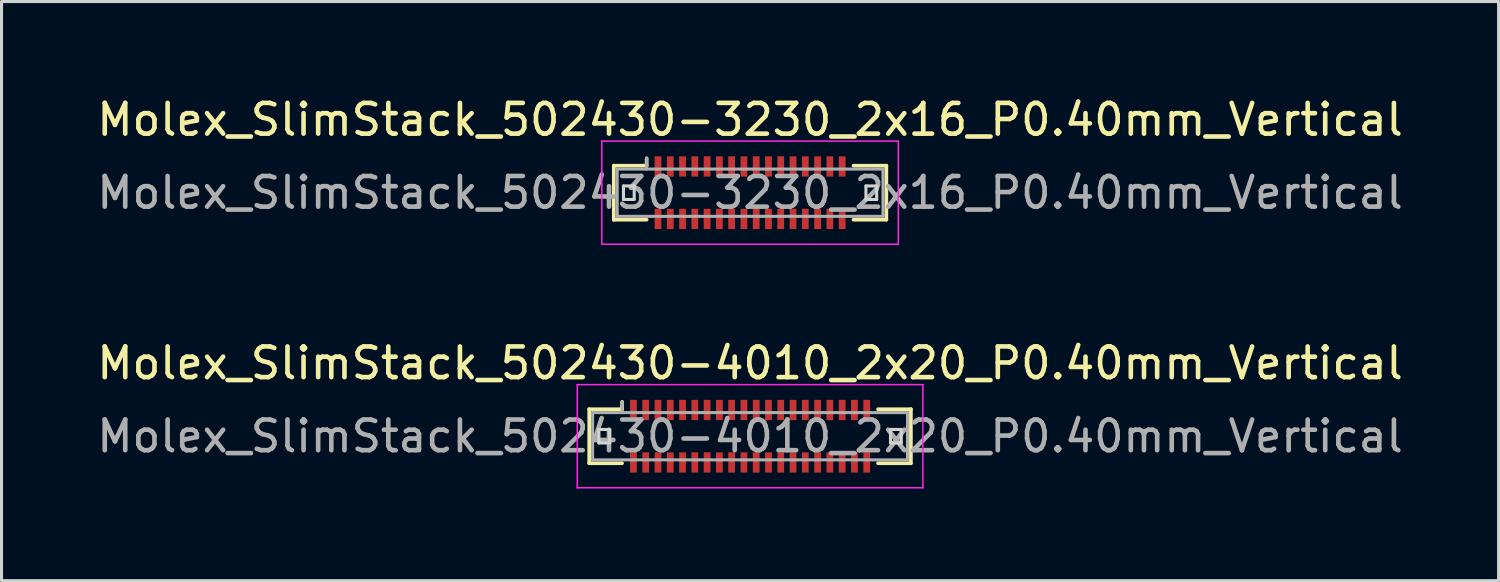
<source format=kicad_pcb>
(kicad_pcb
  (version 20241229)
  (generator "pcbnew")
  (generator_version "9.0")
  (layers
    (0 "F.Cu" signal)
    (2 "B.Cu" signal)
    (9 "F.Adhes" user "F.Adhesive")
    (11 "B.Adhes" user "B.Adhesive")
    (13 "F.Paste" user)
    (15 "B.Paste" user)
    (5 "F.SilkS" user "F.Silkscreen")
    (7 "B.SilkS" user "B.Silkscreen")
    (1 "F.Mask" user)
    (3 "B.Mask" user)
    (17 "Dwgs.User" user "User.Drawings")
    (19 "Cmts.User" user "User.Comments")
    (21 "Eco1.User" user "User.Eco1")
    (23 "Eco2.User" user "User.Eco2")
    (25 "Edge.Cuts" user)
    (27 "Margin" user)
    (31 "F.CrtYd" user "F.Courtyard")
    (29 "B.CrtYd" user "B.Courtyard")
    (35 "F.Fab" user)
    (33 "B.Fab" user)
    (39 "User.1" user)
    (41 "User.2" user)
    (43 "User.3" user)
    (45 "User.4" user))
  (footprint "Molex_SlimStack_502430-4010_2x20_P0.40mm_Vertical"
    (layer "F.Cu")
    (at 21.387 11.162)
    (property "Reference" "Molex_SlimStack_502430-4010_2x20_P0.40mm_Vertical" (at 0 -2.38 0) (layer "F.SilkS") (effects (font (size 1 1) (thickness 0.15))))
    (attr smd)
    (fp_line (start -5.24 -0.88) (end -4.17 -0.88) (stroke (width 0.12) (type solid)) (layer "F.SilkS"))
    (fp_line (start -5.24 0.88) (end -5.24 -0.88) (stroke (width 0.12) (type solid)) (layer "F.SilkS"))
    (fp_line (start -4.17 -0.88) (end -4.17 -1.12) (stroke (width 0.12) (type solid)) (layer "F.SilkS"))
    (fp_line (start -4.17 0.88) (end -5.24 0.88) (stroke (width 0.12) (type solid)) (layer "F.SilkS"))
    (fp_line (start 4.17 0.88) (end 5.24 0.88) (stroke (width 0.12) (type solid)) (layer "F.SilkS"))
    (fp_line (start 5.24 -0.88) (end 4.17 -0.88) (stroke (width 0.12) (type solid)) (layer "F.SilkS"))
    (fp_line (start 5.24 0.88) (end 5.24 -0.88) (stroke (width 0.12) (type solid)) (layer "F.SilkS"))
    (fp_line (start -4.925 -0.22) (end -4.925 0.22) (stroke (width 0.1) (type solid)) (layer "Edge.Cuts"))
    (fp_line (start -4.925 0.22) (end -4.575 0.22) (stroke (width 0.1) (type solid)) (layer "Edge.Cuts"))
    (fp_line (start -4.575 -0.22) (end -4.925 -0.22) (stroke (width 0.1) (type solid)) (layer "Edge.Cuts"))
    (fp_line (start -4.575 0.22) (end -4.575 -0.22) (stroke (width 0.1) (type solid)) (layer "Edge.Cuts"))
    (fp_line (start 4.575 -0.22) (end 4.575 0.22) (stroke (width 0.1) (type solid)) (layer "Edge.Cuts"))
    (fp_line (start 4.575 0.22) (end 4.925 0.22) (stroke (width 0.1) (type solid)) (layer "Edge.Cuts"))
    (fp_line (start 4.925 -0.22) (end 4.575 -0.22) (stroke (width 0.1) (type solid)) (layer "Edge.Cuts"))
    (fp_line (start 4.925 0.22) (end 4.925 -0.22) (stroke (width 0.1) (type solid)) (layer "Edge.Cuts"))
    (fp_line (start -5.63 -1.68) (end -5.63 1.68) (stroke (width 0.05) (type solid)) (layer "F.CrtYd"))
    (fp_line (start -5.63 1.68) (end 5.63 1.68) (stroke (width 0.05) (type solid)) (layer "F.CrtYd"))
    (fp_line (start 5.63 -1.68) (end -5.63 -1.68) (stroke (width 0.05) (type solid)) (layer "F.CrtYd"))
    (fp_line (start 5.63 1.68) (end 5.63 -1.68) (stroke (width 0.05) (type solid)) (layer "F.CrtYd"))
    (fp_line (start -5.13 -0.77) (end -5.13 0.77) (stroke (width 0.1) (type solid)) (layer "F.Fab"))
    (fp_line (start -5.13 0.77) (end 5.13 0.77) (stroke (width 0.1) (type solid)) (layer "F.Fab"))
    (fp_line (start -4.17 -0.77) (end -4.17 -1.12) (stroke (width 0.1) (type solid)) (layer "F.Fab"))
    (fp_line (start 5.13 -0.77) (end -5.13 -0.77) (stroke (width 0.1) (type solid)) (layer "F.Fab"))
    (fp_line (start 5.13 0.77) (end 5.13 -0.77) (stroke (width 0.1) (type solid)) (layer "F.Fab"))
    (fp_text user "${REFERENCE}" (at 0 0 0) (layer "F.Fab") (effects (font (size 1 1) (thickness 0.15))))
    (pad "1" smd rect (at -3.8 -0.855) (size 0.22 0.66) (layers "F.Cu" "F.Mask" "F.Paste"))
    (pad "2" smd rect (at -3.8 0.855) (size 0.22 0.66) (layers "F.Cu" "F.Mask" "F.Paste"))
    (pad "3" smd rect (at -3.4 -0.855) (size 0.22 0.66) (layers "F.Cu" "F.Mask" "F.Paste"))
    (pad "4" smd rect (at -3.4 0.855) (size 0.22 0.66) (layers "F.Cu" "F.Mask" "F.Paste"))
    (pad "5" smd rect (at -3 -0.855) (size 0.22 0.66) (layers "F.Cu" "F.Mask" "F.Paste"))
    (pad "6" smd rect (at -3 0.855) (size 0.22 0.66) (layers "F.Cu" "F.Mask" "F.Paste"))
    (pad "7" smd rect (at -2.6 -0.855) (size 0.22 0.66) (layers "F.Cu" "F.Mask" "F.Paste"))
    (pad "8" smd rect (at -2.6 0.855) (size 0.22 0.66) (layers "F.Cu" "F.Mask" "F.Paste"))
    (pad "9" smd rect (at -2.2 -0.855) (size 0.22 0.66) (layers "F.Cu" "F.Mask" "F.Paste"))
    (pad "10" smd rect (at -2.2 0.855) (size 0.22 0.66) (layers "F.Cu" "F.Mask" "F.Paste"))
    (pad "11" smd rect (at -1.8 -0.855) (size 0.22 0.66) (layers "F.Cu" "F.Mask" "F.Paste"))
    (pad "12" smd rect (at -1.8 0.855) (size 0.22 0.66) (layers "F.Cu" "F.Mask" "F.Paste"))
    (pad "13" smd rect (at -1.4 -0.855) (size 0.22 0.66) (layers "F.Cu" "F.Mask" "F.Paste"))
    (pad "14" smd rect (at -1.4 0.855) (size 0.22 0.66) (layers "F.Cu" "F.Mask" "F.Paste"))
    (pad "15" smd rect (at -1 -0.855) (size 0.22 0.66) (layers "F.Cu" "F.Mask" "F.Paste"))
    (pad "16" smd rect (at -1 0.855) (size 0.22 0.66) (layers "F.Cu" "F.Mask" "F.Paste"))
    (pad "17" smd rect (at -0.6 -0.855) (size 0.22 0.66) (layers "F.Cu" "F.Mask" "F.Paste"))
    (pad "18" smd rect (at -0.6 0.855) (size 0.22 0.66) (layers "F.Cu" "F.Mask" "F.Paste"))
    (pad "19" smd rect (at -0.2 -0.855) (size 0.22 0.66) (layers "F.Cu" "F.Mask" "F.Paste"))
    (pad "20" smd rect (at -0.2 0.855) (size 0.22 0.66) (layers "F.Cu" "F.Mask" "F.Paste"))
    (pad "21" smd rect (at 0.2 -0.855) (size 0.22 0.66) (layers "F.Cu" "F.Mask" "F.Paste"))
    (pad "22" smd rect (at 0.2 0.855) (size 0.22 0.66) (layers "F.Cu" "F.Mask" "F.Paste"))
    (pad "23" smd rect (at 0.6 -0.855) (size 0.22 0.66) (layers "F.Cu" "F.Mask" "F.Paste"))
    (pad "24" smd rect (at 0.6 0.855) (size 0.22 0.66) (layers "F.Cu" "F.Mask" "F.Paste"))
    (pad "25" smd rect (at 1 -0.855) (size 0.22 0.66) (layers "F.Cu" "F.Mask" "F.Paste"))
    (pad "26" smd rect (at 1 0.855) (size 0.22 0.66) (layers "F.Cu" "F.Mask" "F.Paste"))
    (pad "27" smd rect (at 1.4 -0.855) (size 0.22 0.66) (layers "F.Cu" "F.Mask" "F.Paste"))
    (pad "28" smd rect (at 1.4 0.855) (size 0.22 0.66) (layers "F.Cu" "F.Mask" "F.Paste"))
    (pad "29" smd rect (at 1.8 -0.855) (size 0.22 0.66) (layers "F.Cu" "F.Mask" "F.Paste"))
    (pad "30" smd rect (at 1.8 0.855) (size 0.22 0.66) (layers "F.Cu" "F.Mask" "F.Paste"))
    (pad "31" smd rect (at 2.2 -0.855) (size 0.22 0.66) (layers "F.Cu" "F.Mask" "F.Paste"))
    (pad "32" smd rect (at 2.2 0.855) (size 0.22 0.66) (layers "F.Cu" "F.Mask" "F.Paste"))
    (pad "33" smd rect (at 2.6 -0.855) (size 0.22 0.66) (layers "F.Cu" "F.Mask" "F.Paste"))
    (pad "34" smd rect (at 2.6 0.855) (size 0.22 0.66) (layers "F.Cu" "F.Mask" "F.Paste"))
    (pad "35" smd rect (at 3 -0.855) (size 0.22 0.66) (layers "F.Cu" "F.Mask" "F.Paste"))
    (pad "36" smd rect (at 3 0.855) (size 0.22 0.66) (layers "F.Cu" "F.Mask" "F.Paste"))
    (pad "37" smd rect (at 3.4 -0.855) (size 0.22 0.66) (layers "F.Cu" "F.Mask" "F.Paste"))
    (pad "38" smd rect (at 3.4 0.855) (size 0.22 0.66) (layers "F.Cu" "F.Mask" "F.Paste"))
    (pad "39" smd rect (at 3.8 -0.855) (size 0.22 0.66) (layers "F.Cu" "F.Mask" "F.Paste"))
    (pad "40" smd rect (at 3.8 0.855) (size 0.22 0.66) (layers "F.Cu" "F.Mask" "F.Paste")))
  (footprint "Molex_SlimStack_502430-3230_2x16_P0.40mm_Vertical"
    (layer "F.Cu")
    (at 21.387 3.228)
    (property "Reference" "Molex_SlimStack_502430-3230_2x16_P0.40mm_Vertical" (at 0 -2.38 0) (layer "F.SilkS") (effects (font (size 1 1) (thickness 0.15))))
    (attr smd)
    (fp_line (start -4.44 -0.88) (end -3.37 -0.88) (stroke (width 0.12) (type solid)) (layer "F.SilkS"))
    (fp_line (start -4.44 0.88) (end -4.44 -0.88) (stroke (width 0.12) (type solid)) (layer "F.SilkS"))
    (fp_line (start -3.37 -0.88) (end -3.37 -1.12) (stroke (width 0.12) (type solid)) (layer "F.SilkS"))
    (fp_line (start -3.37 0.88) (end -4.44 0.88) (stroke (width 0.12) (type solid)) (layer "F.SilkS"))
    (fp_line (start 3.37 0.88) (end 4.44 0.88) (stroke (width 0.12) (type solid)) (layer "F.SilkS"))
    (fp_line (start 4.44 -0.88) (end 3.37 -0.88) (stroke (width 0.12) (type solid)) (layer "F.SilkS"))
    (fp_line (start 4.44 0.88) (end 4.44 -0.88) (stroke (width 0.12) (type solid)) (layer "F.SilkS"))
    (fp_line (start -4.125 -0.22) (end -4.125 0.22) (stroke (width 0.1) (type solid)) (layer "Edge.Cuts"))
    (fp_line (start -4.125 0.22) (end -3.775 0.22) (stroke (width 0.1) (type solid)) (layer "Edge.Cuts"))
    (fp_line (start -3.775 -0.22) (end -4.125 -0.22) (stroke (width 0.1) (type solid)) (layer "Edge.Cuts"))
    (fp_line (start -3.775 0.22) (end -3.775 -0.22) (stroke (width 0.1) (type solid)) (layer "Edge.Cuts"))
    (fp_line (start 3.775 -0.22) (end 3.775 0.22) (stroke (width 0.1) (type solid)) (layer "Edge.Cuts"))
    (fp_line (start 3.775 0.22) (end 4.125 0.22) (stroke (width 0.1) (type solid)) (layer "Edge.Cuts"))
    (fp_line (start 4.125 -0.22) (end 3.775 -0.22) (stroke (width 0.1) (type solid)) (layer "Edge.Cuts"))
    (fp_line (start 4.125 0.22) (end 4.125 -0.22) (stroke (width 0.1) (type solid)) (layer "Edge.Cuts"))
    (fp_line (start -4.83 -1.68) (end -4.83 1.68) (stroke (width 0.05) (type solid)) (layer "F.CrtYd"))
    (fp_line (start -4.83 1.68) (end 4.83 1.68) (stroke (width 0.05) (type solid)) (layer "F.CrtYd"))
    (fp_line (start 4.83 -1.68) (end -4.83 -1.68) (stroke (width 0.05) (type solid)) (layer "F.CrtYd"))
    (fp_line (start 4.83 1.68) (end 4.83 -1.68) (stroke (width 0.05) (type solid)) (layer "F.CrtYd"))
    (fp_line (start -4.33 -0.77) (end -4.33 0.77) (stroke (width 0.1) (type solid)) (layer "F.Fab"))
    (fp_line (start -4.33 0.77) (end 4.33 0.77) (stroke (width 0.1) (type solid)) (layer "F.Fab"))
    (fp_line (start -3.37 -0.77) (end -3.37 -1.12) (stroke (width 0.1) (type solid)) (layer "F.Fab"))
    (fp_line (start 4.33 -0.77) (end -4.33 -0.77) (stroke (width 0.1) (type solid)) (layer "F.Fab"))
    (fp_line (start 4.33 0.77) (end 4.33 -0.77) (stroke (width 0.1) (type solid)) (layer "F.Fab"))
    (fp_text user "${REFERENCE}" (at 0 0 0) (layer "F.Fab") (effects (font (size 1 1) (thickness 0.15))))
    (pad "1" smd rect (at -3 -0.855) (size 0.22 0.66) (layers "F.Cu" "F.Mask" "F.Paste"))
    (pad "2" smd rect (at -3 0.855) (size 0.22 0.66) (layers "F.Cu" "F.Mask" "F.Paste"))
    (pad "3" smd rect (at -2.6 -0.855) (size 0.22 0.66) (layers "F.Cu" "F.Mask" "F.Paste"))
    (pad "4" smd rect (at -2.6 0.855) (size 0.22 0.66) (layers "F.Cu" "F.Mask" "F.Paste"))
    (pad "5" smd rect (at -2.2 -0.855) (size 0.22 0.66) (layers "F.Cu" "F.Mask" "F.Paste"))
    (pad "6" smd rect (at -2.2 0.855) (size 0.22 0.66) (layers "F.Cu" "F.Mask" "F.Paste"))
    (pad "7" smd rect (at -1.8 -0.855) (size 0.22 0.66) (layers "F.Cu" "F.Mask" "F.Paste"))
    (pad "8" smd rect (at -1.8 0.855) (size 0.22 0.66) (layers "F.Cu" "F.Mask" "F.Paste"))
    (pad "9" smd rect (at -1.4 -0.855) (size 0.22 0.66) (layers "F.Cu" "F.Mask" "F.Paste"))
    (pad "10" smd rect (at -1.4 0.855) (size 0.22 0.66) (layers "F.Cu" "F.Mask" "F.Paste"))
    (pad "11" smd rect (at -1 -0.855) (size 0.22 0.66) (layers "F.Cu" "F.Mask" "F.Paste"))
    (pad "12" smd rect (at -1 0.855) (size 0.22 0.66) (layers "F.Cu" "F.Mask" "F.Paste"))
    (pad "13" smd rect (at -0.6 -0.855) (size 0.22 0.66) (layers "F.Cu" "F.Mask" "F.Paste"))
    (pad "14" smd rect (at -0.6 0.855) (size 0.22 0.66) (layers "F.Cu" "F.Mask" "F.Paste"))
    (pad "15" smd rect (at -0.2 -0.855) (size 0.22 0.66) (layers "F.Cu" "F.Mask" "F.Paste"))
    (pad "16" smd rect (at -0.2 0.855) (size 0.22 0.66) (layers "F.Cu" "F.Mask" "F.Paste"))
    (pad "17" smd rect (at 0.2 -0.855) (size 0.22 0.66) (layers "F.Cu" "F.Mask" "F.Paste"))
    (pad "18" smd rect (at 0.2 0.855) (size 0.22 0.66) (layers "F.Cu" "F.Mask" "F.Paste"))
    (pad "19" smd rect (at 0.6 -0.855) (size 0.22 0.66) (layers "F.Cu" "F.Mask" "F.Paste"))
    (pad "20" smd rect (at 0.6 0.855) (size 0.22 0.66) (layers "F.Cu" "F.Mask" "F.Paste"))
    (pad "21" smd rect (at 1 -0.855) (size 0.22 0.66) (layers "F.Cu" "F.Mask" "F.Paste"))
    (pad "22" smd rect (at 1 0.855) (size 0.22 0.66) (layers "F.Cu" "F.Mask" "F.Paste"))
    (pad "23" smd rect (at 1.4 -0.855) (size 0.22 0.66) (layers "F.Cu" "F.Mask" "F.Paste"))
    (pad "24" smd rect (at 1.4 0.855) (size 0.22 0.66) (layers "F.Cu" "F.Mask" "F.Paste"))
    (pad "25" smd rect (at 1.8 -0.855) (size 0.22 0.66) (layers "F.Cu" "F.Mask" "F.Paste"))
    (pad "26" smd rect (at 1.8 0.855) (size 0.22 0.66) (layers "F.Cu" "F.Mask" "F.Paste"))
    (pad "27" smd rect (at 2.2 -0.855) (size 0.22 0.66) (layers "F.Cu" "F.Mask" "F.Paste"))
    (pad "28" smd rect (at 2.2 0.855) (size 0.22 0.66) (layers "F.Cu" "F.Mask" "F.Paste"))
    (pad "29" smd rect (at 2.6 -0.855) (size 0.22 0.66) (layers "F.Cu" "F.Mask" "F.Paste"))
    (pad "30" smd rect (at 2.6 0.855) (size 0.22 0.66) (layers "F.Cu" "F.Mask" "F.Paste"))
    (pad "31" smd rect (at 3 -0.855) (size 0.22 0.66) (layers "F.Cu" "F.Mask" "F.Paste"))
    (pad "32" smd rect (at 3 0.855) (size 0.22 0.66) (layers "F.Cu" "F.Mask" "F.Paste")))
  (gr_rect
    (start -3 -3)
    (end 45.774 15.867)
    (stroke (width 0.1) (type default))
    (fill no)
    (layer "Edge.Cuts")))
</source>
